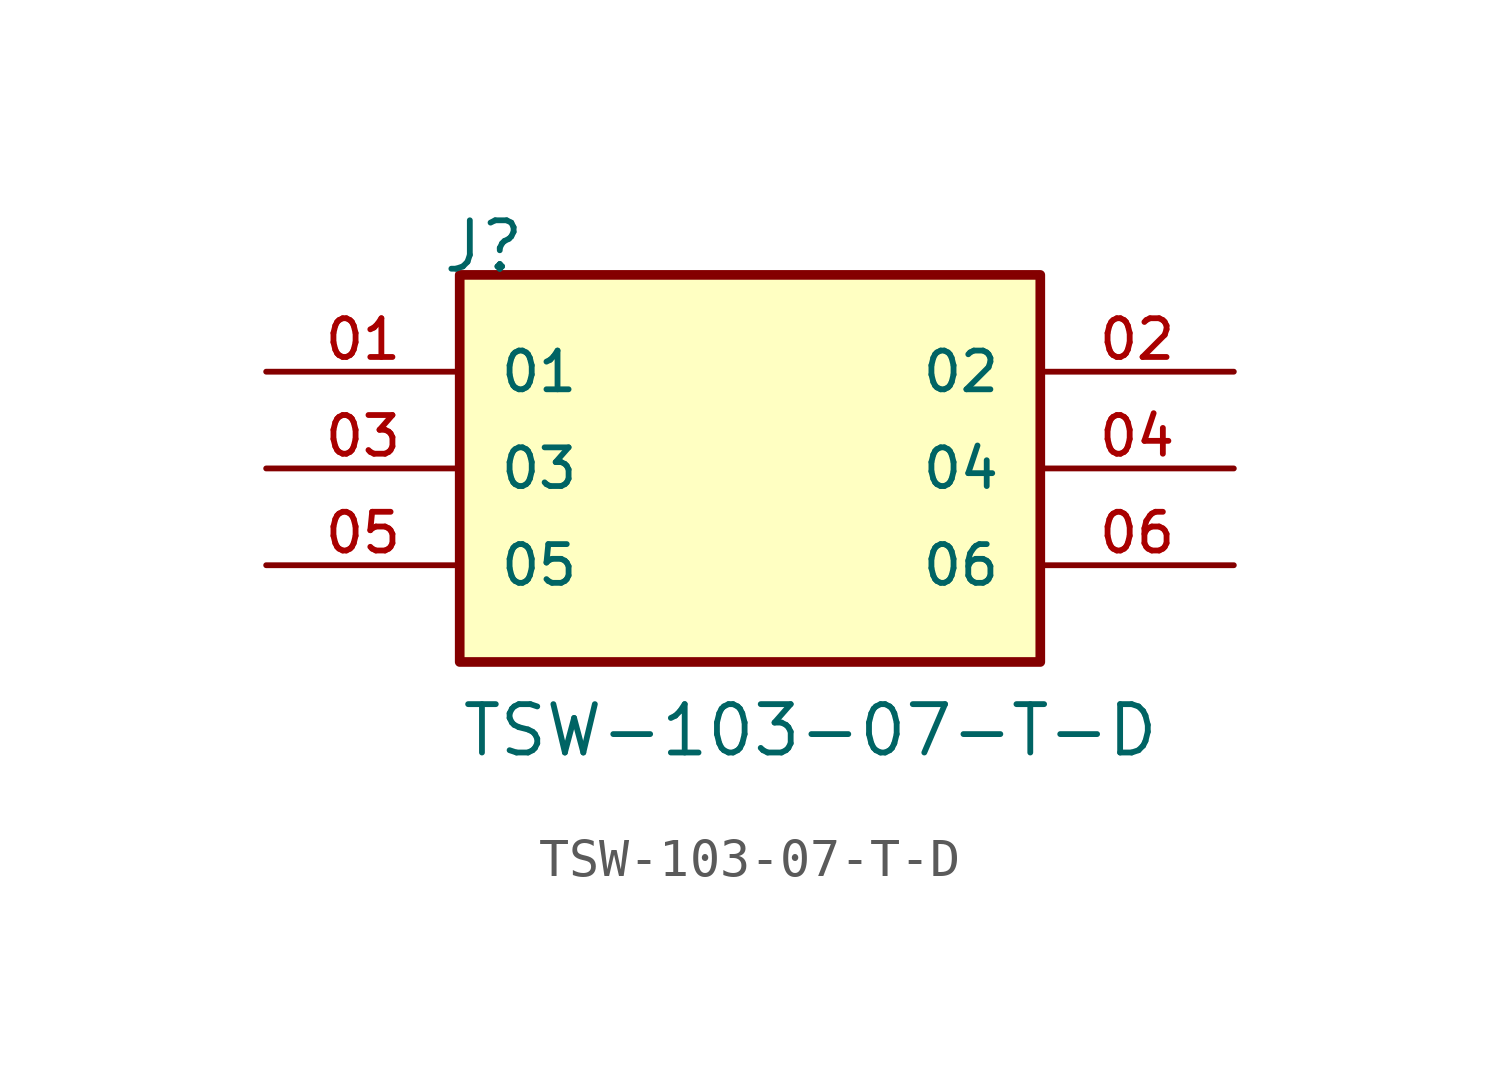
<source format=kicad_sym>
(kicad_symbol_lib
  (version 20211014)
  (generator kicad_symbol_editor)
  (symbol "TSW-103-07-T-D"
    (pin_names
      (offset 1.016))
    (property "Reference" "J"
      (at -8.12 5.08 0)
      (effects (font (size 1.27 1.27)) (justify bottom left)))
    (property "Value" "TSW-103-07-T-D"
      (at -7.62 -7.62 0)
      (effects (font (size 1.27 1.27)) (justify bottom left)))
    (symbol "TSW-103-07-T-D_0_0"
      (rectangle (start -7.62 -5.08) (end 7.62 5.08) (stroke (width 0.254)) (fill (type background)))
      (pin passive line (at -12.7 2.54 0) (length 5.08) (name "01" (effects (font (size 1.016 1.016)))) (number "01" (effects (font (size 1.016 1.016)))))
      (pin passive line (at 12.7 2.54 180.0) (length 5.08) (name "02" (effects (font (size 1.016 1.016)))) (number "02" (effects (font (size 1.016 1.016)))))
      (pin passive line (at -12.7 0.0 0) (length 5.08) (name "03" (effects (font (size 1.016 1.016)))) (number "03" (effects (font (size 1.016 1.016)))))
      (pin passive line (at 12.7 0.0 180.0) (length 5.08) (name "04" (effects (font (size 1.016 1.016)))) (number "04" (effects (font (size 1.016 1.016)))))
      (pin passive line (at -12.7 -2.54 0) (length 5.08) (name "05" (effects (font (size 1.016 1.016)))) (number "05" (effects (font (size 1.016 1.016)))))
      (pin passive line (at 12.7 -2.54 180.0) (length 5.08) (name "06" (effects (font (size 1.016 1.016)))) (number "06" (effects (font (size 1.016 1.016))))))))
</source>
